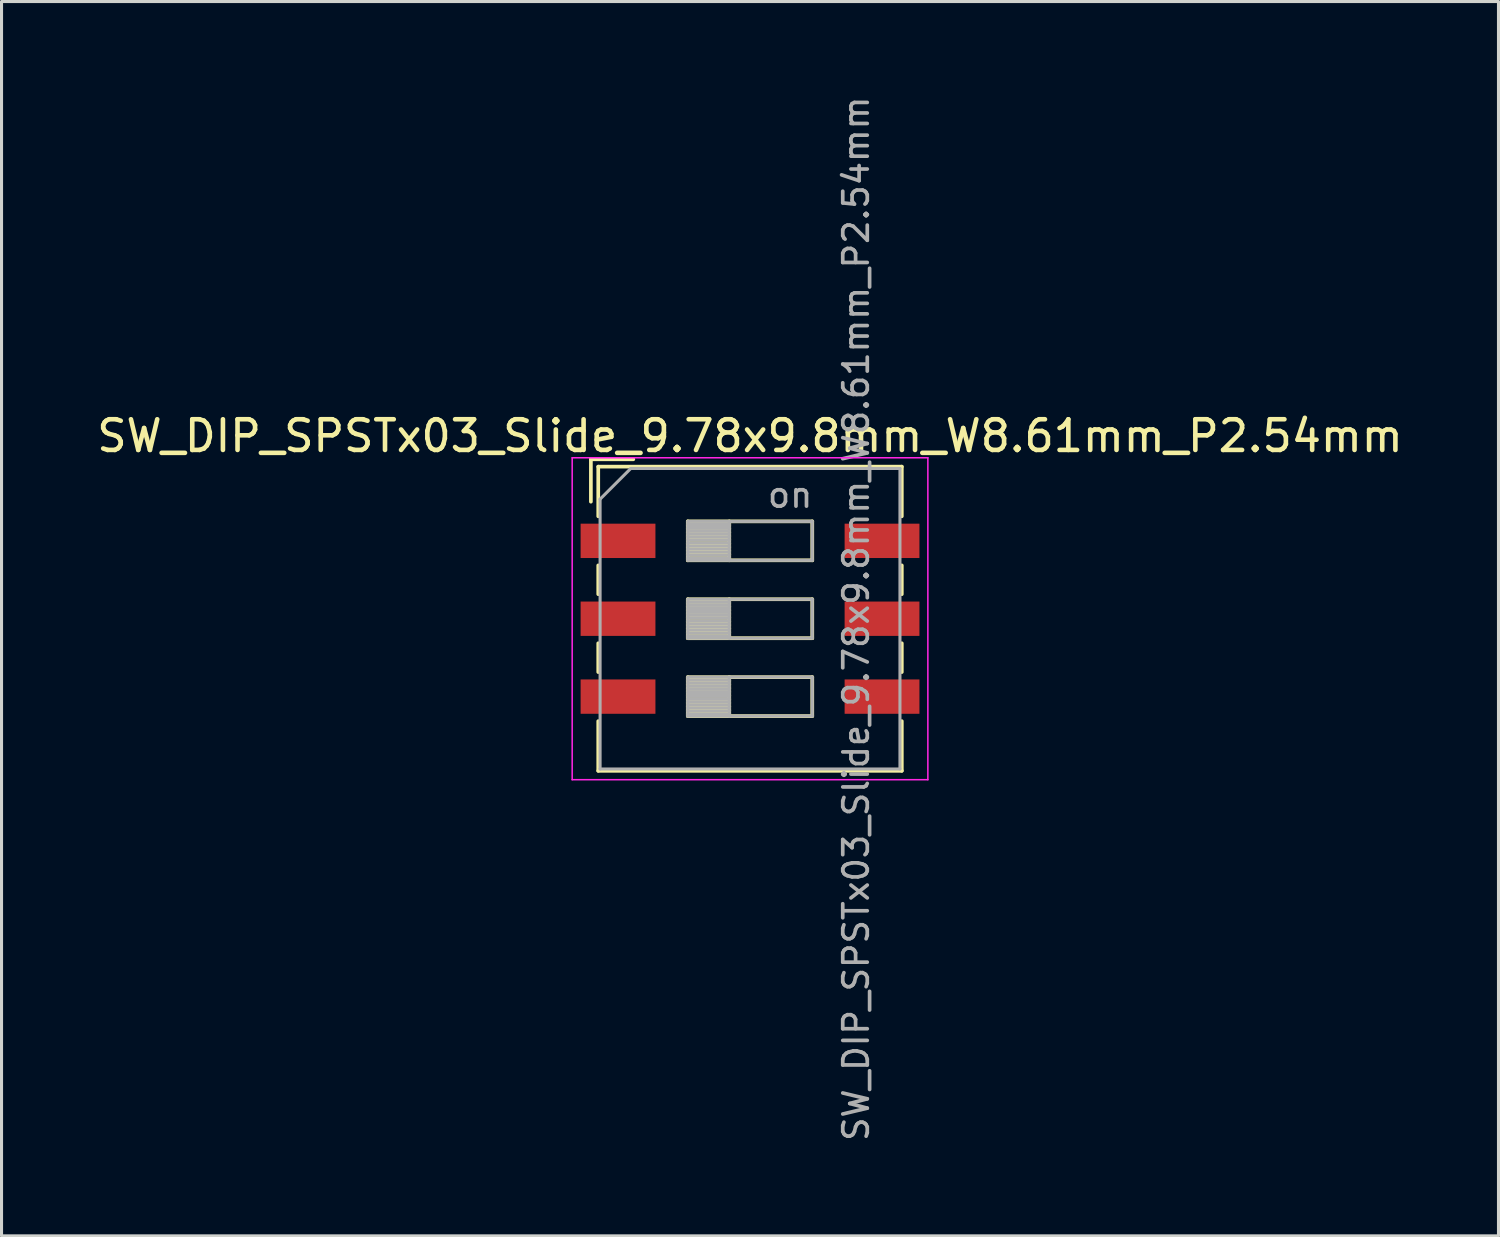
<source format=kicad_pcb>
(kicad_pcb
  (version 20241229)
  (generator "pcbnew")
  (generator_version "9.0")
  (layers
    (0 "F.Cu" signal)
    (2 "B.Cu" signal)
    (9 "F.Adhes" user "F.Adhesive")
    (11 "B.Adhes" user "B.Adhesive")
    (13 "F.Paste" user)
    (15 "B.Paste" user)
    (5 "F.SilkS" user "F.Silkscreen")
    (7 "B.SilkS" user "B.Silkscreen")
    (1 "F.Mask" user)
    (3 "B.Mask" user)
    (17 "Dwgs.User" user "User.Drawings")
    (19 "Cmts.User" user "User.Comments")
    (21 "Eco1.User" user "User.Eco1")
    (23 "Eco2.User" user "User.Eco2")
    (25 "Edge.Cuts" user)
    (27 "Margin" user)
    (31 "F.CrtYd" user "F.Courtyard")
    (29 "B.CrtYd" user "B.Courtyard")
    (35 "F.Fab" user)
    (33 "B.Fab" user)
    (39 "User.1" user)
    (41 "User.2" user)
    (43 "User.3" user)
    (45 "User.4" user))
  (footprint "SW_DIP_SPSTx03_Slide_9.78x9.8mm_W8.61mm_P2.54mm"
    (layer "F.Cu")
    (at 21.411 17.129)
    (property "Reference" "SW_DIP_SPSTx03_Slide_9.78x9.8mm_W8.61mm_P2.54mm" (at 0 -5.96 0) (layer "F.SilkS") (effects (font (size 1 1) (thickness 0.15))))
    (attr smd)
    (fp_line (start -5.19 -5.2) (end -5.19 -3.817) (stroke (width 0.12) (type solid)) (layer "F.SilkS"))
    (fp_line (start -5.19 -5.2) (end -3.806 -5.2) (stroke (width 0.12) (type solid)) (layer "F.SilkS"))
    (fp_line (start -4.95 -4.96) (end -4.95 -3.34) (stroke (width 0.12) (type solid)) (layer "F.SilkS"))
    (fp_line (start -4.95 -4.96) (end 4.95 -4.96) (stroke (width 0.12) (type solid)) (layer "F.SilkS"))
    (fp_line (start -4.95 -1.74) (end -4.95 -0.8) (stroke (width 0.12) (type solid)) (layer "F.SilkS"))
    (fp_line (start -4.95 0.8) (end -4.95 1.74) (stroke (width 0.12) (type solid)) (layer "F.SilkS"))
    (fp_line (start -4.95 3.34) (end -4.95 4.96) (stroke (width 0.12) (type solid)) (layer "F.SilkS"))
    (fp_line (start -4.95 4.96) (end 4.95 4.96) (stroke (width 0.12) (type solid)) (layer "F.SilkS"))
    (fp_line (start -2.03 -3.175) (end -2.03 -1.905) (stroke (width 0.12) (type solid)) (layer "F.SilkS"))
    (fp_line (start -2.03 -3.055) (end -0.677 -3.055) (stroke (width 0.12) (type solid)) (layer "F.SilkS"))
    (fp_line (start -2.03 -2.935) (end -0.677 -2.935) (stroke (width 0.12) (type solid)) (layer "F.SilkS"))
    (fp_line (start -2.03 -2.815) (end -0.677 -2.815) (stroke (width 0.12) (type solid)) (layer "F.SilkS"))
    (fp_line (start -2.03 -2.695) (end -0.677 -2.695) (stroke (width 0.12) (type solid)) (layer "F.SilkS"))
    (fp_line (start -2.03 -2.575) (end -0.677 -2.575) (stroke (width 0.12) (type solid)) (layer "F.SilkS"))
    (fp_line (start -2.03 -2.455) (end -0.677 -2.455) (stroke (width 0.12) (type solid)) (layer "F.SilkS"))
    (fp_line (start -2.03 -2.335) (end -0.677 -2.335) (stroke (width 0.12) (type solid)) (layer "F.SilkS"))
    (fp_line (start -2.03 -2.215) (end -0.677 -2.215) (stroke (width 0.12) (type solid)) (layer "F.SilkS"))
    (fp_line (start -2.03 -2.095) (end -0.677 -2.095) (stroke (width 0.12) (type solid)) (layer "F.SilkS"))
    (fp_line (start -2.03 -1.975) (end -0.677 -1.975) (stroke (width 0.12) (type solid)) (layer "F.SilkS"))
    (fp_line (start -2.03 -1.905) (end 2.03 -1.905) (stroke (width 0.12) (type solid)) (layer "F.SilkS"))
    (fp_line (start -2.03 -0.635) (end -2.03 0.635) (stroke (width 0.12) (type solid)) (layer "F.SilkS"))
    (fp_line (start -2.03 -0.515) (end -0.677 -0.515) (stroke (width 0.12) (type solid)) (layer "F.SilkS"))
    (fp_line (start -2.03 -0.395) (end -0.677 -0.395) (stroke (width 0.12) (type solid)) (layer "F.SilkS"))
    (fp_line (start -2.03 -0.275) (end -0.677 -0.275) (stroke (width 0.12) (type solid)) (layer "F.SilkS"))
    (fp_line (start -2.03 -0.155) (end -0.677 -0.155) (stroke (width 0.12) (type solid)) (layer "F.SilkS"))
    (fp_line (start -2.03 -0.035) (end -0.677 -0.035) (stroke (width 0.12) (type solid)) (layer "F.SilkS"))
    (fp_line (start -2.03 0.085) (end -0.677 0.085) (stroke (width 0.12) (type solid)) (layer "F.SilkS"))
    (fp_line (start -2.03 0.205) (end -0.677 0.205) (stroke (width 0.12) (type solid)) (layer "F.SilkS"))
    (fp_line (start -2.03 0.325) (end -0.677 0.325) (stroke (width 0.12) (type solid)) (layer "F.SilkS"))
    (fp_line (start -2.03 0.445) (end -0.677 0.445) (stroke (width 0.12) (type solid)) (layer "F.SilkS"))
    (fp_line (start -2.03 0.565) (end -0.677 0.565) (stroke (width 0.12) (type solid)) (layer "F.SilkS"))
    (fp_line (start -2.03 0.635) (end 2.03 0.635) (stroke (width 0.12) (type solid)) (layer "F.SilkS"))
    (fp_line (start -2.03 1.905) (end -2.03 3.175) (stroke (width 0.12) (type solid)) (layer "F.SilkS"))
    (fp_line (start -2.03 2.025) (end -0.677 2.025) (stroke (width 0.12) (type solid)) (layer "F.SilkS"))
    (fp_line (start -2.03 2.145) (end -0.677 2.145) (stroke (width 0.12) (type solid)) (layer "F.SilkS"))
    (fp_line (start -2.03 2.265) (end -0.677 2.265) (stroke (width 0.12) (type solid)) (layer "F.SilkS"))
    (fp_line (start -2.03 2.385) (end -0.677 2.385) (stroke (width 0.12) (type solid)) (layer "F.SilkS"))
    (fp_line (start -2.03 2.505) (end -0.677 2.505) (stroke (width 0.12) (type solid)) (layer "F.SilkS"))
    (fp_line (start -2.03 2.625) (end -0.677 2.625) (stroke (width 0.12) (type solid)) (layer "F.SilkS"))
    (fp_line (start -2.03 2.745) (end -0.677 2.745) (stroke (width 0.12) (type solid)) (layer "F.SilkS"))
    (fp_line (start -2.03 2.865) (end -0.677 2.865) (stroke (width 0.12) (type solid)) (layer "F.SilkS"))
    (fp_line (start -2.03 2.985) (end -0.677 2.985) (stroke (width 0.12) (type solid)) (layer "F.SilkS"))
    (fp_line (start -2.03 3.105) (end -0.677 3.105) (stroke (width 0.12) (type solid)) (layer "F.SilkS"))
    (fp_line (start -2.03 3.175) (end 2.03 3.175) (stroke (width 0.12) (type solid)) (layer "F.SilkS"))
    (fp_line (start -0.677 -3.175) (end -0.677 -1.905) (stroke (width 0.12) (type solid)) (layer "F.SilkS"))
    (fp_line (start -0.677 -0.635) (end -0.677 0.635) (stroke (width 0.12) (type solid)) (layer "F.SilkS"))
    (fp_line (start -0.677 1.905) (end -0.677 3.175) (stroke (width 0.12) (type solid)) (layer "F.SilkS"))
    (fp_line (start 2.03 -3.175) (end -2.03 -3.175) (stroke (width 0.12) (type solid)) (layer "F.SilkS"))
    (fp_line (start 2.03 -1.905) (end 2.03 -3.175) (stroke (width 0.12) (type solid)) (layer "F.SilkS"))
    (fp_line (start 2.03 -0.635) (end -2.03 -0.635) (stroke (width 0.12) (type solid)) (layer "F.SilkS"))
    (fp_line (start 2.03 0.635) (end 2.03 -0.635) (stroke (width 0.12) (type solid)) (layer "F.SilkS"))
    (fp_line (start 2.03 1.905) (end -2.03 1.905) (stroke (width 0.12) (type solid)) (layer "F.SilkS"))
    (fp_line (start 2.03 3.175) (end 2.03 1.905) (stroke (width 0.12) (type solid)) (layer "F.SilkS"))
    (fp_line (start 4.95 -4.96) (end 4.95 -3.34) (stroke (width 0.12) (type solid)) (layer "F.SilkS"))
    (fp_line (start 4.95 -1.74) (end 4.95 -0.8) (stroke (width 0.12) (type solid)) (layer "F.SilkS"))
    (fp_line (start 4.95 0.8) (end 4.95 1.74) (stroke (width 0.12) (type solid)) (layer "F.SilkS"))
    (fp_line (start 4.95 3.34) (end 4.95 4.96) (stroke (width 0.12) (type solid)) (layer "F.SilkS"))
    (fp_line (start -5.8 -5.25) (end -5.8 5.25) (stroke (width 0.05) (type solid)) (layer "F.CrtYd"))
    (fp_line (start -5.8 5.25) (end 5.8 5.25) (stroke (width 0.05) (type solid)) (layer "F.CrtYd"))
    (fp_line (start 5.8 -5.25) (end -5.8 -5.25) (stroke (width 0.05) (type solid)) (layer "F.CrtYd"))
    (fp_line (start 5.8 5.25) (end 5.8 -5.25) (stroke (width 0.05) (type solid)) (layer "F.CrtYd"))
    (fp_line (start -4.89 -3.9) (end -3.89 -4.9) (stroke (width 0.1) (type solid)) (layer "F.Fab"))
    (fp_line (start -4.89 4.9) (end -4.89 -3.9) (stroke (width 0.1) (type solid)) (layer "F.Fab"))
    (fp_line (start -3.89 -4.9) (end 4.89 -4.9) (stroke (width 0.1) (type solid)) (layer "F.Fab"))
    (fp_line (start -2.03 -3.175) (end -2.03 -1.905) (stroke (width 0.1) (type solid)) (layer "F.Fab"))
    (fp_line (start -2.03 -3.075) (end -0.677 -3.075) (stroke (width 0.1) (type solid)) (layer "F.Fab"))
    (fp_line (start -2.03 -2.975) (end -0.677 -2.975) (stroke (width 0.1) (type solid)) (layer "F.Fab"))
    (fp_line (start -2.03 -2.875) (end -0.677 -2.875) (stroke (width 0.1) (type solid)) (layer "F.Fab"))
    (fp_line (start -2.03 -2.775) (end -0.677 -2.775) (stroke (width 0.1) (type solid)) (layer "F.Fab"))
    (fp_line (start -2.03 -2.675) (end -0.677 -2.675) (stroke (width 0.1) (type solid)) (layer "F.Fab"))
    (fp_line (start -2.03 -2.575) (end -0.677 -2.575) (stroke (width 0.1) (type solid)) (layer "F.Fab"))
    (fp_line (start -2.03 -2.475) (end -0.677 -2.475) (stroke (width 0.1) (type solid)) (layer "F.Fab"))
    (fp_line (start -2.03 -2.375) (end -0.677 -2.375) (stroke (width 0.1) (type solid)) (layer "F.Fab"))
    (fp_line (start -2.03 -2.275) (end -0.677 -2.275) (stroke (width 0.1) (type solid)) (layer "F.Fab"))
    (fp_line (start -2.03 -2.175) (end -0.677 -2.175) (stroke (width 0.1) (type solid)) (layer "F.Fab"))
    (fp_line (start -2.03 -2.075) (end -0.677 -2.075) (stroke (width 0.1) (type solid)) (layer "F.Fab"))
    (fp_line (start -2.03 -1.975) (end -0.677 -1.975) (stroke (width 0.1) (type solid)) (layer "F.Fab"))
    (fp_line (start -2.03 -1.905) (end 2.03 -1.905) (stroke (width 0.1) (type solid)) (layer "F.Fab"))
    (fp_line (start -2.03 -0.635) (end -2.03 0.635) (stroke (width 0.1) (type solid)) (layer "F.Fab"))
    (fp_line (start -2.03 -0.535) (end -0.677 -0.535) (stroke (width 0.1) (type solid)) (layer "F.Fab"))
    (fp_line (start -2.03 -0.435) (end -0.677 -0.435) (stroke (width 0.1) (type solid)) (layer "F.Fab"))
    (fp_line (start -2.03 -0.335) (end -0.677 -0.335) (stroke (width 0.1) (type solid)) (layer "F.Fab"))
    (fp_line (start -2.03 -0.235) (end -0.677 -0.235) (stroke (width 0.1) (type solid)) (layer "F.Fab"))
    (fp_line (start -2.03 -0.135) (end -0.677 -0.135) (stroke (width 0.1) (type solid)) (layer "F.Fab"))
    (fp_line (start -2.03 -0.035) (end -0.677 -0.035) (stroke (width 0.1) (type solid)) (layer "F.Fab"))
    (fp_line (start -2.03 0.065) (end -0.677 0.065) (stroke (width 0.1) (type solid)) (layer "F.Fab"))
    (fp_line (start -2.03 0.165) (end -0.677 0.165) (stroke (width 0.1) (type solid)) (layer "F.Fab"))
    (fp_line (start -2.03 0.265) (end -0.677 0.265) (stroke (width 0.1) (type solid)) (layer "F.Fab"))
    (fp_line (start -2.03 0.365) (end -0.677 0.365) (stroke (width 0.1) (type solid)) (layer "F.Fab"))
    (fp_line (start -2.03 0.465) (end -0.677 0.465) (stroke (width 0.1) (type solid)) (layer "F.Fab"))
    (fp_line (start -2.03 0.565) (end -0.677 0.565) (stroke (width 0.1) (type solid)) (layer "F.Fab"))
    (fp_line (start -2.03 0.635) (end 2.03 0.635) (stroke (width 0.1) (type solid)) (layer "F.Fab"))
    (fp_line (start -2.03 1.905) (end -2.03 3.175) (stroke (width 0.1) (type solid)) (layer "F.Fab"))
    (fp_line (start -2.03 2.005) (end -0.677 2.005) (stroke (width 0.1) (type solid)) (layer "F.Fab"))
    (fp_line (start -2.03 2.105) (end -0.677 2.105) (stroke (width 0.1) (type solid)) (layer "F.Fab"))
    (fp_line (start -2.03 2.205) (end -0.677 2.205) (stroke (width 0.1) (type solid)) (layer "F.Fab"))
    (fp_line (start -2.03 2.305) (end -0.677 2.305) (stroke (width 0.1) (type solid)) (layer "F.Fab"))
    (fp_line (start -2.03 2.405) (end -0.677 2.405) (stroke (width 0.1) (type solid)) (layer "F.Fab"))
    (fp_line (start -2.03 2.505) (end -0.677 2.505) (stroke (width 0.1) (type solid)) (layer "F.Fab"))
    (fp_line (start -2.03 2.605) (end -0.677 2.605) (stroke (width 0.1) (type solid)) (layer "F.Fab"))
    (fp_line (start -2.03 2.705) (end -0.677 2.705) (stroke (width 0.1) (type solid)) (layer "F.Fab"))
    (fp_line (start -2.03 2.805) (end -0.677 2.805) (stroke (width 0.1) (type solid)) (layer "F.Fab"))
    (fp_line (start -2.03 2.905) (end -0.677 2.905) (stroke (width 0.1) (type solid)) (layer "F.Fab"))
    (fp_line (start -2.03 3.005) (end -0.677 3.005) (stroke (width 0.1) (type solid)) (layer "F.Fab"))
    (fp_line (start -2.03 3.105) (end -0.677 3.105) (stroke (width 0.1) (type solid)) (layer "F.Fab"))
    (fp_line (start -2.03 3.175) (end 2.03 3.175) (stroke (width 0.1) (type solid)) (layer "F.Fab"))
    (fp_line (start -0.677 -3.175) (end -0.677 -1.905) (stroke (width 0.1) (type solid)) (layer "F.Fab"))
    (fp_line (start -0.677 -0.635) (end -0.677 0.635) (stroke (width 0.1) (type solid)) (layer "F.Fab"))
    (fp_line (start -0.677 1.905) (end -0.677 3.175) (stroke (width 0.1) (type solid)) (layer "F.Fab"))
    (fp_line (start 2.03 -3.175) (end -2.03 -3.175) (stroke (width 0.1) (type solid)) (layer "F.Fab"))
    (fp_line (start 2.03 -1.905) (end 2.03 -3.175) (stroke (width 0.1) (type solid)) (layer "F.Fab"))
    (fp_line (start 2.03 -0.635) (end -2.03 -0.635) (stroke (width 0.1) (type solid)) (layer "F.Fab"))
    (fp_line (start 2.03 0.635) (end 2.03 -0.635) (stroke (width 0.1) (type solid)) (layer "F.Fab"))
    (fp_line (start 2.03 1.905) (end -2.03 1.905) (stroke (width 0.1) (type solid)) (layer "F.Fab"))
    (fp_line (start 2.03 3.175) (end 2.03 1.905) (stroke (width 0.1) (type solid)) (layer "F.Fab"))
    (fp_line (start 4.89 -4.9) (end 4.89 4.9) (stroke (width 0.1) (type solid)) (layer "F.Fab"))
    (fp_line (start 4.89 4.9) (end -4.89 4.9) (stroke (width 0.1) (type solid)) (layer "F.Fab"))
    (fp_text user "on" (at 1.308 -4.037 0) (layer "F.Fab") (effects (font (size 0.8 0.8) (thickness 0.12))))
    (fp_text user "${REFERENCE}" (at 3.46 0 90) (layer "F.Fab") (effects (font (size 0.8 0.8) (thickness 0.12))))
    (pad "1" smd rect (at -4.305 -2.54) (size 2.44 1.12) (layers "F.Cu" "F.Mask" "F.Paste"))
    (pad "2" smd rect (at -4.305 0) (size 2.44 1.12) (layers "F.Cu" "F.Mask" "F.Paste"))
    (pad "3" smd rect (at -4.305 2.54) (size 2.44 1.12) (layers "F.Cu" "F.Mask" "F.Paste"))
    (pad "4" smd rect (at 4.305 2.54) (size 2.44 1.12) (layers "F.Cu" "F.Mask" "F.Paste"))
    (pad "5" smd rect (at 4.305 0) (size 2.44 1.12) (layers "F.Cu" "F.Mask" "F.Paste"))
    (pad "6" smd rect (at 4.305 -2.54) (size 2.44 1.12) (layers "F.Cu" "F.Mask" "F.Paste")))
  (gr_rect
    (start -3 -3)
    (end 45.821 37.257)
    (stroke (width 0.1) (type default))
    (fill no)
    (layer "Edge.Cuts")))
</source>
